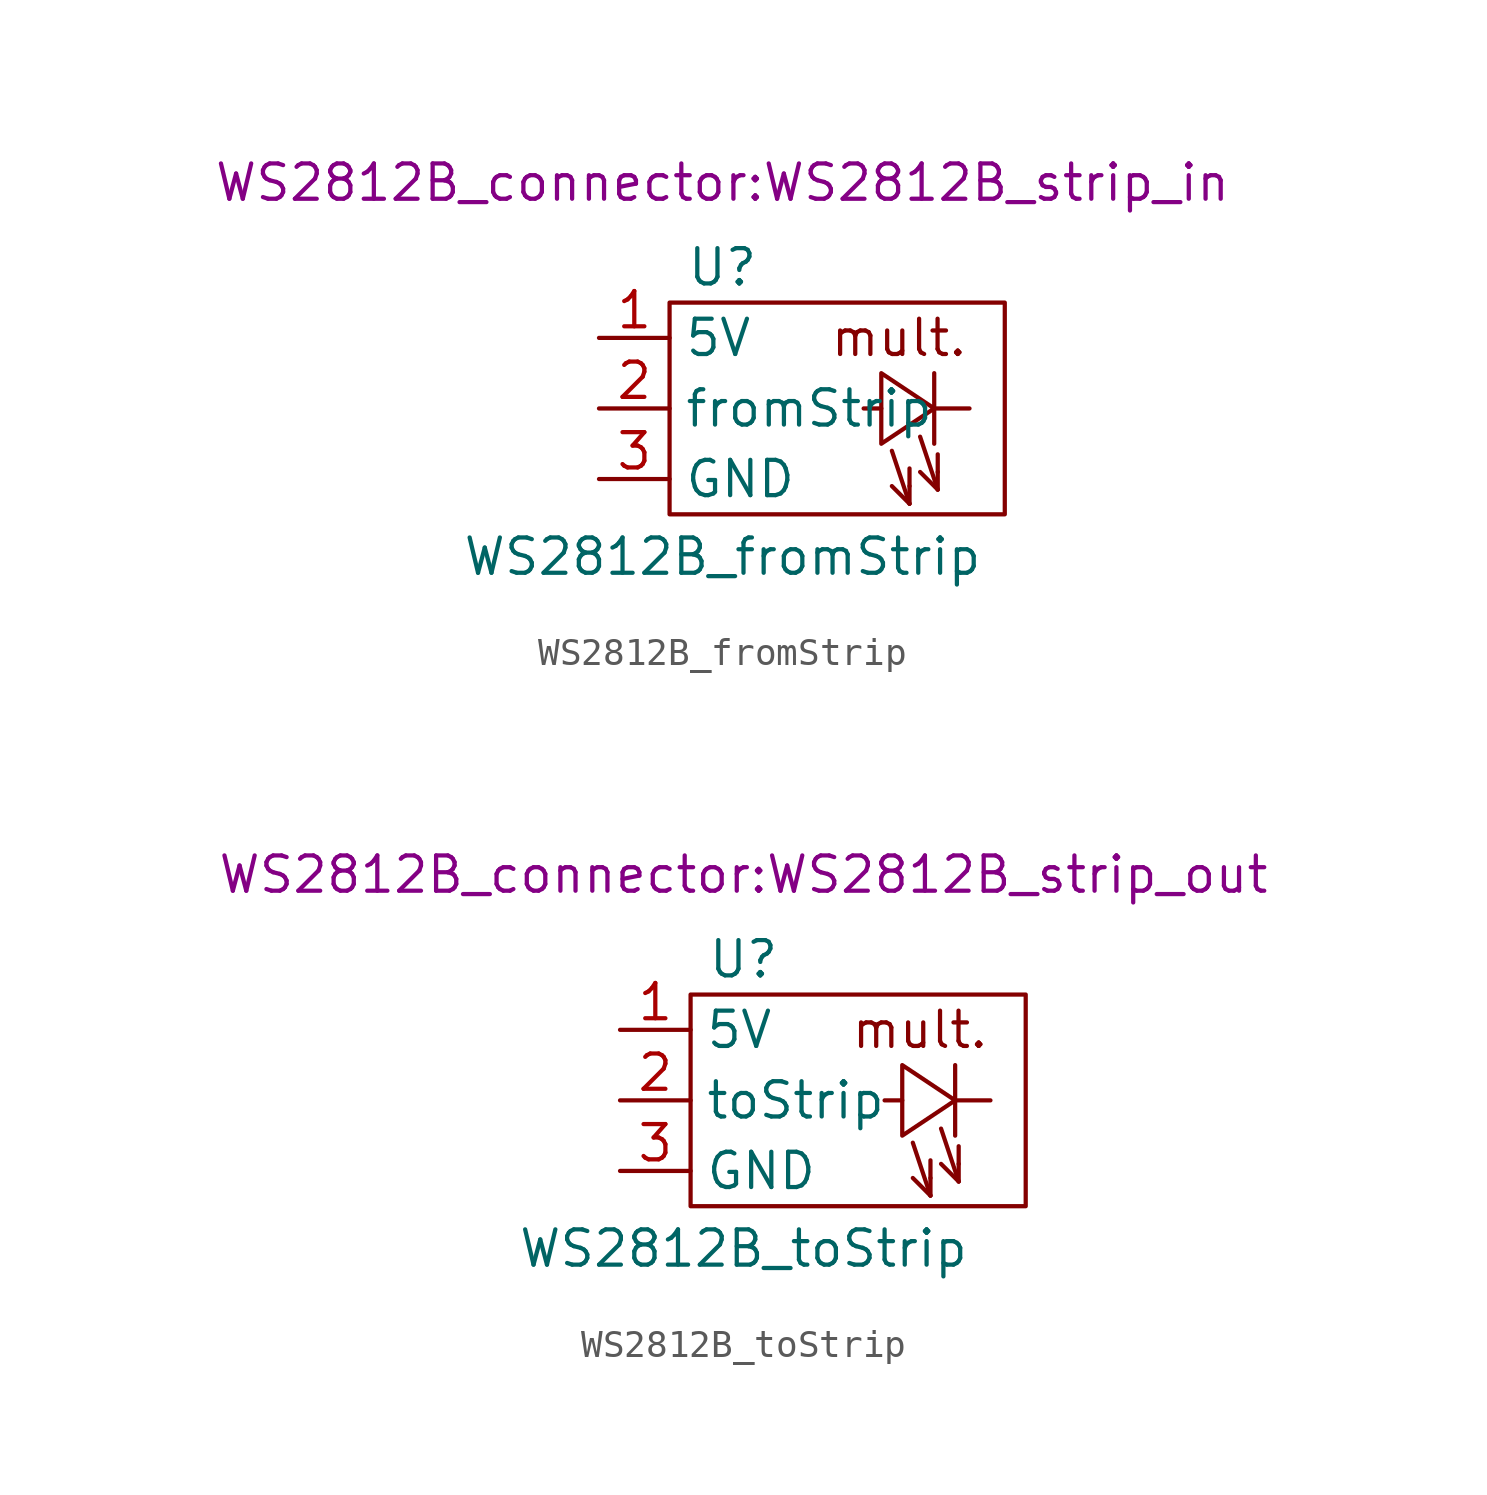
<source format=kicad_sym>
(kicad_symbol_lib
  (version 20211014)
  (generator kicad_symbol_editor)
  (symbol "WS2812B_fromStrip"
    (property "Reference" "U"
      (at 0 3.81 0)
      (effects (font (size 1.27 1.27))))
    (property "Value" "WS2812B_fromStrip"
      (at 0 -6.604 0)
      (effects (font (size 1.27 1.27))))
    (property "Footprint" "WS2812B_connector:WS2812B_strip_in"
      (at 0 6.858 0)
      (effects (font (size 1.27 1.27))))
    (symbol "WS2812B_fromStrip_0_0"
      (text "mult." (at 6.35 1.27 0) (effects (font (size 1.27 1.27)))))
    (symbol "WS2812B_fromStrip_0_1"
      (rectangle (start -1.905 2.54) (end 10.16 -5.08) (stroke (width 0) (type default) (color 0 0 0 0)) (fill (type none)))
      (polyline (pts (xy 5.08 -1.27) (xy 5.715 -1.27)) (stroke (width 0) (type default) (color 0 0 0 0)) (fill (type none)))
      (polyline (pts (xy 6.096 -2.794) (xy 6.731 -4.699)) (stroke (width 0) (type default) (color 0 0 0 0)) (fill (type none)))
      (polyline (pts (xy 6.731 -4.699) (xy 6.096 -4.064)) (stroke (width 0) (type default) (color 0 0 0 0)) (fill (type none)))
      (polyline (pts (xy 6.731 -4.699) (xy 6.731 -4.064)) (stroke (width 0) (type default) (color 0 0 0 0)) (fill (type none)))
      (polyline (pts (xy 6.731 -4.064) (xy 6.731 -3.429)) (stroke (width 0) (type default) (color 0 0 0 0)) (fill (type none)))
      (polyline (pts (xy 7.112 -2.286) (xy 7.747 -4.191)) (stroke (width 0) (type default) (color 0 0 0 0)) (fill (type none)))
      (polyline (pts (xy 7.62 -1.27) (xy 8.89 -1.27)) (stroke (width 0) (type default) (color 0 0 0 0)) (fill (type none)))
      (polyline (pts (xy 7.62 0) (xy 7.62 -2.54)) (stroke (width 0) (type default) (color 0 0 0 0)) (fill (type none)))
      (polyline (pts (xy 7.747 -4.191) (xy 7.112 -3.556)) (stroke (width 0) (type default) (color 0 0 0 0)) (fill (type none)))
      (polyline (pts (xy 7.747 -4.191) (xy 7.747 -3.556)) (stroke (width 0) (type default) (color 0 0 0 0)) (fill (type none)))
      (polyline (pts (xy 7.747 -3.556) (xy 7.747 -2.921)) (stroke (width 0) (type default) (color 0 0 0 0)) (fill (type none)))
      (polyline (pts (xy 5.715 0) (xy 5.715 -2.54) (xy 7.62 -1.27) (xy 5.715 0)) (stroke (width 0) (type default) (color 0 0 0 0)) (fill (type none))))
    (symbol "WS2812B_fromStrip_1_1"
      (pin power_in line (at -4.445 1.27 0) (length 2.54) (name "5V" (effects (font (size 1.27 1.27)))) (number "1" (effects (font (size 1.27 1.27)))))
      (pin output line (at -4.445 -1.27 0) (length 2.54) (name "fromStrip" (effects (font (size 1.27 1.27)))) (number "2" (effects (font (size 1.27 1.27)))))
      (pin power_in line (at -4.445 -3.81 0) (length 2.54) (name "GND" (effects (font (size 1.27 1.27)))) (number "3" (effects (font (size 1.27 1.27)))))))
  (symbol "WS2812B_toStrip"
    (property "Reference" "U"
      (at 0 3.81 0)
      (effects (font (size 1.27 1.27))))
    (property "Value" "WS2812B_toStrip"
      (at 0 -6.604 0)
      (effects (font (size 1.27 1.27))))
    (property "Footprint" "WS2812B_connector:WS2812B_strip_out"
      (at 0 6.858 0)
      (effects (font (size 1.27 1.27))))
    (symbol "WS2812B_toStrip_0_0"
      (text "mult." (at 6.35 1.27 0) (effects (font (size 1.27 1.27)))))
    (symbol "WS2812B_toStrip_0_1"
      (rectangle (start -1.905 2.54) (end 10.16 -5.08) (stroke (width 0) (type default) (color 0 0 0 0)) (fill (type none)))
      (polyline (pts (xy 5.08 -1.27) (xy 5.715 -1.27)) (stroke (width 0) (type default) (color 0 0 0 0)) (fill (type none)))
      (polyline (pts (xy 6.096 -2.794) (xy 6.731 -4.699)) (stroke (width 0) (type default) (color 0 0 0 0)) (fill (type none)))
      (polyline (pts (xy 6.731 -4.699) (xy 6.096 -4.064)) (stroke (width 0) (type default) (color 0 0 0 0)) (fill (type none)))
      (polyline (pts (xy 6.731 -4.699) (xy 6.731 -4.064)) (stroke (width 0) (type default) (color 0 0 0 0)) (fill (type none)))
      (polyline (pts (xy 6.731 -4.064) (xy 6.731 -3.429)) (stroke (width 0) (type default) (color 0 0 0 0)) (fill (type none)))
      (polyline (pts (xy 7.112 -2.286) (xy 7.747 -4.191)) (stroke (width 0) (type default) (color 0 0 0 0)) (fill (type none)))
      (polyline (pts (xy 7.62 -1.27) (xy 8.89 -1.27)) (stroke (width 0) (type default) (color 0 0 0 0)) (fill (type none)))
      (polyline (pts (xy 7.62 0) (xy 7.62 -2.54)) (stroke (width 0) (type default) (color 0 0 0 0)) (fill (type none)))
      (polyline (pts (xy 7.747 -4.191) (xy 7.112 -3.556)) (stroke (width 0) (type default) (color 0 0 0 0)) (fill (type none)))
      (polyline (pts (xy 7.747 -4.191) (xy 7.747 -3.556)) (stroke (width 0) (type default) (color 0 0 0 0)) (fill (type none)))
      (polyline (pts (xy 7.747 -3.556) (xy 7.747 -2.921)) (stroke (width 0) (type default) (color 0 0 0 0)) (fill (type none)))
      (polyline (pts (xy 5.715 0) (xy 5.715 -2.54) (xy 7.62 -1.27) (xy 5.715 0)) (stroke (width 0) (type default) (color 0 0 0 0)) (fill (type none))))
    (symbol "WS2812B_toStrip_1_1"
      (pin power_in line (at -4.445 1.27 0) (length 2.54) (name "5V" (effects (font (size 1.27 1.27)))) (number "1" (effects (font (size 1.27 1.27)))))
      (pin input line (at -4.445 -1.27 0) (length 2.54) (name "toStrip" (effects (font (size 1.27 1.27)))) (number "2" (effects (font (size 1.27 1.27)))))
      (pin power_in line (at -4.445 -3.81 0) (length 2.54) (name "GND" (effects (font (size 1.27 1.27)))) (number "3" (effects (font (size 1.27 1.27))))))))
</source>
